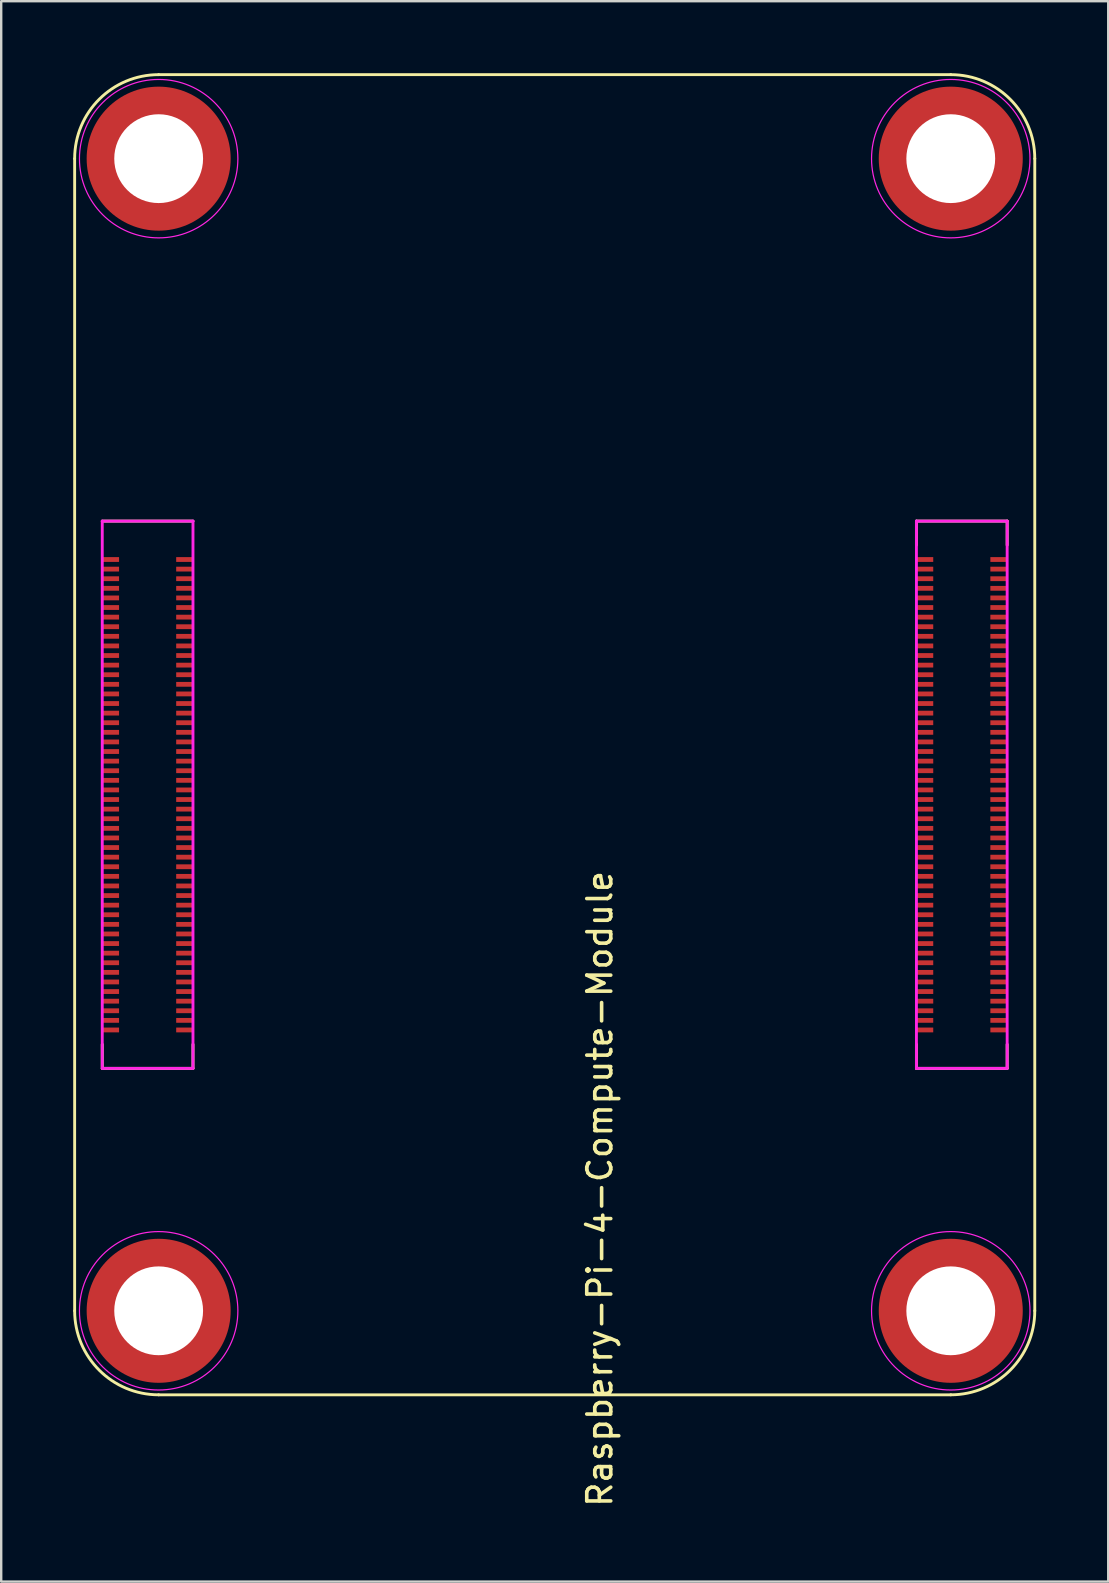
<source format=kicad_pcb>
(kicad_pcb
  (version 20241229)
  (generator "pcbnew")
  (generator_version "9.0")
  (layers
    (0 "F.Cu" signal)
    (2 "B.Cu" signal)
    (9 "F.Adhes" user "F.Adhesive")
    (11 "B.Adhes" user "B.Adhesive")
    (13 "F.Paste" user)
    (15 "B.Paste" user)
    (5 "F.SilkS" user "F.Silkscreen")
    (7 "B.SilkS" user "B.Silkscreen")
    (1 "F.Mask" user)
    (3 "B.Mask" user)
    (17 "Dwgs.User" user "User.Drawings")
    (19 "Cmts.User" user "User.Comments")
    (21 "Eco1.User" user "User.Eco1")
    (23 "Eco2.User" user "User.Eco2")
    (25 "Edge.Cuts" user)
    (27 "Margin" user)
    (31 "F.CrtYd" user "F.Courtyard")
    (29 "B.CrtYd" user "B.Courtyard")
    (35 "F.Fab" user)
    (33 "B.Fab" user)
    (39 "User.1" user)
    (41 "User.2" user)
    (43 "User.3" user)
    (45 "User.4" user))
  (footprint "Raspberry-Pi-4-Compute-Module"
    (layer "F.Cu")
    (at 3.56 51.56)
    (property "Reference" "Raspberry-Pi-4-Compute-Module" (at 18.38 -5.08 270) (layer "F.SilkS") (effects (font (size 1 1) (thickness 0.15))))
    (attr smd)
    (fp_line (start -3.5 -48) (end -3.5 0) (stroke (width 0.12) (type solid)) (layer "F.SilkS"))
    (fp_line (start -2.35 -32.9) (end 1.43 -32.9) (stroke (width 0.12) (type solid)) (layer "F.SilkS"))
    (fp_line (start -2.35 -10.1) (end -2.35 -11.1) (stroke (width 0.12) (type solid)) (layer "F.SilkS"))
    (fp_line (start -2.35 -10.1) (end 1.43 -10.1) (stroke (width 0.12) (type solid)) (layer "F.SilkS"))
    (fp_line (start 0 3.5) (end 33 3.5) (stroke (width 0.12) (type solid)) (layer "F.SilkS"))
    (fp_line (start 1.43 -10.1) (end 1.43 -11.1) (stroke (width 0.12) (type solid)) (layer "F.SilkS"))
    (fp_line (start 31.57 -32.9) (end 31.57 -31.9) (stroke (width 0.12) (type solid)) (layer "F.SilkS"))
    (fp_line (start 31.57 -32.9) (end 35.35 -32.9) (stroke (width 0.12) (type solid)) (layer "F.SilkS"))
    (fp_line (start 31.57 -10.1) (end 31.57 -11.1) (stroke (width 0.12) (type solid)) (layer "F.SilkS"))
    (fp_line (start 31.57 -10.1) (end 35.35 -10.1) (stroke (width 0.12) (type solid)) (layer "F.SilkS"))
    (fp_line (start 33 -51.5) (end 0 -51.5) (stroke (width 0.12) (type solid)) (layer "F.SilkS"))
    (fp_line (start 35.35 -32.9) (end 35.35 -31.9) (stroke (width 0.12) (type solid)) (layer "F.SilkS"))
    (fp_line (start 35.35 -10.1) (end 35.35 -11.1) (stroke (width 0.12) (type solid)) (layer "F.SilkS"))
    (fp_line (start 36.5 0) (end 36.5 -48) (stroke (width 0.12) (type solid)) (layer "F.SilkS"))
    (fp_arc (start -3.5 -48) (mid -2.474874 -50.474874) (end 0 -51.5) (stroke (width 0.12) (type solid)) (layer "F.SilkS"))
    (fp_arc (start 0 3.5) (mid -2.474874 2.474874) (end -3.5 0) (stroke (width 0.12) (type solid)) (layer "F.SilkS"))
    (fp_arc (start 33 -51.5) (mid 35.474874 -50.474874) (end 36.5 -48) (stroke (width 0.12) (type solid)) (layer "F.SilkS"))
    (fp_arc (start 36.5 0) (mid 35.474874 2.474874) (end 33 3.5) (stroke (width 0.12) (type solid)) (layer "F.SilkS"))
    (fp_line (start -2.35 -32.9) (end 1.43 -32.9) (stroke (width 0.12) (type solid)) (layer "F.CrtYd"))
    (fp_line (start -2.35 -10.1) (end -2.35 -32.9) (stroke (width 0.12) (type solid)) (layer "F.CrtYd"))
    (fp_line (start 1.43 -32.9) (end 1.43 -10.1) (stroke (width 0.12) (type solid)) (layer "F.CrtYd"))
    (fp_line (start 1.43 -10.1) (end -2.35 -10.1) (stroke (width 0.12) (type solid)) (layer "F.CrtYd"))
    (fp_line (start 31.57 -32.9) (end 35.35 -32.9) (stroke (width 0.12) (type solid)) (layer "F.CrtYd"))
    (fp_line (start 31.57 -10.1) (end 31.57 -32.9) (stroke (width 0.12) (type solid)) (layer "F.CrtYd"))
    (fp_line (start 35.35 -32.9) (end 35.35 -10.1) (stroke (width 0.12) (type solid)) (layer "F.CrtYd"))
    (fp_line (start 35.35 -10.1) (end 31.57 -10.1) (stroke (width 0.12) (type solid)) (layer "F.CrtYd"))
    (fp_circle (center 0 -48) (end 3.3 -48) (stroke (width 0.05) (type default)) (fill no) (layer "F.CrtYd"))
    (fp_circle (center 0 0) (end 3.3 0) (stroke (width 0.05) (type default)) (fill no) (layer "F.CrtYd"))
    (fp_circle (center 33 -48) (end 36.3 -48) (stroke (width 0.05) (type default)) (fill no) (layer "F.CrtYd"))
    (fp_circle (center 33 0) (end 36.3 0) (stroke (width 0.05) (type default)) (fill no) (layer "F.CrtYd"))
    (pad "" np_thru_hole circle (at 0 -48) (size 6 6) (drill 3.7) (layers "F.Cu" "F.Mask"))
    (pad "" np_thru_hole circle (at 0 0) (size 6 6) (drill 3.7) (layers "F.Cu" "F.Mask"))
    (pad "" np_thru_hole circle (at 33 -48) (size 6 6) (drill 3.7) (layers "F.Cu" "F.Mask"))
    (pad "" np_thru_hole circle (at 33 0) (size 6 6) (drill 3.7) (layers "F.Cu" "F.Mask"))
    (pad "1" smd rect (at -2 -31.3 270) (size 0.2 0.7) (layers "F.Cu" "F.Mask" "F.Paste"))
    (pad "2" smd rect (at 1.08 -31.3 270) (size 0.2 0.7) (layers "F.Cu" "F.Mask" "F.Paste"))
    (pad "3" smd rect (at -2 -30.9 270) (size 0.2 0.7) (layers "F.Cu" "F.Mask" "F.Paste"))
    (pad "4" smd rect (at 1.08 -30.9 270) (size 0.2 0.7) (layers "F.Cu" "F.Mask" "F.Paste"))
    (pad "5" smd rect (at -2 -30.5 270) (size 0.2 0.7) (layers "F.Cu" "F.Mask" "F.Paste"))
    (pad "6" smd rect (at 1.08 -30.5 270) (size 0.2 0.7) (layers "F.Cu" "F.Mask" "F.Paste"))
    (pad "7" smd rect (at -2 -30.1 270) (size 0.2 0.7) (layers "F.Cu" "F.Mask" "F.Paste"))
    (pad "8" smd rect (at 1.08 -30.1 270) (size 0.2 0.7) (layers "F.Cu" "F.Mask" "F.Paste"))
    (pad "9" smd rect (at -2 -29.7 270) (size 0.2 0.7) (layers "F.Cu" "F.Mask" "F.Paste"))
    (pad "10" smd rect (at 1.08 -29.7 270) (size 0.2 0.7) (layers "F.Cu" "F.Mask" "F.Paste"))
    (pad "11" smd rect (at -2 -29.3 270) (size 0.2 0.7) (layers "F.Cu" "F.Mask" "F.Paste"))
    (pad "12" smd rect (at 1.08 -29.3 270) (size 0.2 0.7) (layers "F.Cu" "F.Mask" "F.Paste"))
    (pad "13" smd rect (at -2 -28.9 270) (size 0.2 0.7) (layers "F.Cu" "F.Mask" "F.Paste"))
    (pad "14" smd rect (at 1.08 -28.9 270) (size 0.2 0.7) (layers "F.Cu" "F.Mask" "F.Paste"))
    (pad "15" smd rect (at -2 -28.5 270) (size 0.2 0.7) (layers "F.Cu" "F.Mask" "F.Paste"))
    (pad "16" smd rect (at 1.08 -28.5 270) (size 0.2 0.7) (layers "F.Cu" "F.Mask" "F.Paste"))
    (pad "17" smd rect (at -2 -28.1 270) (size 0.2 0.7) (layers "F.Cu" "F.Mask" "F.Paste"))
    (pad "18" smd rect (at 1.08 -28.1 270) (size 0.2 0.7) (layers "F.Cu" "F.Mask" "F.Paste"))
    (pad "19" smd rect (at -2 -27.7 270) (size 0.2 0.7) (layers "F.Cu" "F.Mask" "F.Paste"))
    (pad "20" smd rect (at 1.08 -27.7 270) (size 0.2 0.7) (layers "F.Cu" "F.Mask" "F.Paste"))
    (pad "21" smd rect (at -2 -27.3 270) (size 0.2 0.7) (layers "F.Cu" "F.Mask" "F.Paste"))
    (pad "22" smd rect (at 1.08 -27.3 270) (size 0.2 0.7) (layers "F.Cu" "F.Mask" "F.Paste"))
    (pad "23" smd rect (at -2 -26.9 270) (size 0.2 0.7) (layers "F.Cu" "F.Mask" "F.Paste"))
    (pad "24" smd rect (at 1.08 -26.9 270) (size 0.2 0.7) (layers "F.Cu" "F.Mask" "F.Paste"))
    (pad "25" smd rect (at -2 -26.5 270) (size 0.2 0.7) (layers "F.Cu" "F.Mask" "F.Paste"))
    (pad "26" smd rect (at 1.08 -26.5 270) (size 0.2 0.7) (layers "F.Cu" "F.Mask" "F.Paste"))
    (pad "27" smd rect (at -2 -26.1 270) (size 0.2 0.7) (layers "F.Cu" "F.Mask" "F.Paste"))
    (pad "28" smd rect (at 1.08 -26.1 270) (size 0.2 0.7) (layers "F.Cu" "F.Mask" "F.Paste"))
    (pad "29" smd rect (at -2 -25.7 270) (size 0.2 0.7) (layers "F.Cu" "F.Mask" "F.Paste"))
    (pad "30" smd rect (at 1.08 -25.7 270) (size 0.2 0.7) (layers "F.Cu" "F.Mask" "F.Paste"))
    (pad "31" smd rect (at -2 -25.3 270) (size 0.2 0.7) (layers "F.Cu" "F.Mask" "F.Paste"))
    (pad "32" smd rect (at 1.08 -25.3 270) (size 0.2 0.7) (layers "F.Cu" "F.Mask" "F.Paste"))
    (pad "33" smd rect (at -2 -24.9 270) (size 0.2 0.7) (layers "F.Cu" "F.Mask" "F.Paste"))
    (pad "34" smd rect (at 1.08 -24.9 270) (size 0.2 0.7) (layers "F.Cu" "F.Mask" "F.Paste"))
    (pad "35" smd rect (at -2 -24.5 270) (size 0.2 0.7) (layers "F.Cu" "F.Mask" "F.Paste"))
    (pad "36" smd rect (at 1.08 -24.5 270) (size 0.2 0.7) (layers "F.Cu" "F.Mask" "F.Paste"))
    (pad "37" smd rect (at -2 -24.1 270) (size 0.2 0.7) (layers "F.Cu" "F.Mask" "F.Paste"))
    (pad "38" smd rect (at 1.08 -24.1 270) (size 0.2 0.7) (layers "F.Cu" "F.Mask" "F.Paste"))
    (pad "39" smd rect (at -2 -23.7 270) (size 0.2 0.7) (layers "F.Cu" "F.Mask" "F.Paste"))
    (pad "40" smd rect (at 1.08 -23.7 270) (size 0.2 0.7) (layers "F.Cu" "F.Mask" "F.Paste"))
    (pad "41" smd rect (at -2 -23.3 270) (size 0.2 0.7) (layers "F.Cu" "F.Mask" "F.Paste"))
    (pad "42" smd rect (at 1.08 -23.3 270) (size 0.2 0.7) (layers "F.Cu" "F.Mask" "F.Paste"))
    (pad "43" smd rect (at -2 -22.9 270) (size 0.2 0.7) (layers "F.Cu" "F.Mask" "F.Paste"))
    (pad "44" smd rect (at 1.08 -22.9 270) (size 0.2 0.7) (layers "F.Cu" "F.Mask" "F.Paste"))
    (pad "45" smd rect (at -2 -22.5 270) (size 0.2 0.7) (layers "F.Cu" "F.Mask" "F.Paste"))
    (pad "46" smd rect (at 1.08 -22.5 270) (size 0.2 0.7) (layers "F.Cu" "F.Mask" "F.Paste"))
    (pad "47" smd rect (at -2 -22.1 270) (size 0.2 0.7) (layers "F.Cu" "F.Mask" "F.Paste"))
    (pad "48" smd rect (at 1.08 -22.1 270) (size 0.2 0.7) (layers "F.Cu" "F.Mask" "F.Paste"))
    (pad "49" smd rect (at -2 -21.7 270) (size 0.2 0.7) (layers "F.Cu" "F.Mask" "F.Paste"))
    (pad "50" smd rect (at 1.08 -21.7 270) (size 0.2 0.7) (layers "F.Cu" "F.Mask" "F.Paste"))
    (pad "51" smd rect (at -2 -21.3 270) (size 0.2 0.7) (layers "F.Cu" "F.Mask" "F.Paste"))
    (pad "52" smd rect (at 1.08 -21.3 270) (size 0.2 0.7) (layers "F.Cu" "F.Mask" "F.Paste"))
    (pad "53" smd rect (at -2 -20.9 270) (size 0.2 0.7) (layers "F.Cu" "F.Mask" "F.Paste"))
    (pad "54" smd rect (at 1.08 -20.9 270) (size 0.2 0.7) (layers "F.Cu" "F.Mask" "F.Paste"))
    (pad "55" smd rect (at -2 -20.5 270) (size 0.2 0.7) (layers "F.Cu" "F.Mask" "F.Paste"))
    (pad "56" smd rect (at 1.08 -20.5 270) (size 0.2 0.7) (layers "F.Cu" "F.Mask" "F.Paste"))
    (pad "57" smd rect (at -2 -20.1 270) (size 0.2 0.7) (layers "F.Cu" "F.Mask" "F.Paste"))
    (pad "58" smd rect (at 1.08 -20.1 270) (size 0.2 0.7) (layers "F.Cu" "F.Mask" "F.Paste"))
    (pad "59" smd rect (at -2 -19.7 270) (size 0.2 0.7) (layers "F.Cu" "F.Mask" "F.Paste"))
    (pad "60" smd rect (at 1.08 -19.7 270) (size 0.2 0.7) (layers "F.Cu" "F.Mask" "F.Paste"))
    (pad "61" smd rect (at -2 -19.3 270) (size 0.2 0.7) (layers "F.Cu" "F.Mask" "F.Paste"))
    (pad "62" smd rect (at 1.08 -19.3 270) (size 0.2 0.7) (layers "F.Cu" "F.Mask" "F.Paste"))
    (pad "63" smd rect (at -2 -18.9 270) (size 0.2 0.7) (layers "F.Cu" "F.Mask" "F.Paste"))
    (pad "64" smd rect (at 1.08 -18.9 270) (size 0.2 0.7) (layers "F.Cu" "F.Mask" "F.Paste"))
    (pad "65" smd rect (at -2 -18.5 270) (size 0.2 0.7) (layers "F.Cu" "F.Mask" "F.Paste"))
    (pad "66" smd rect (at 1.08 -18.5 270) (size 0.2 0.7) (layers "F.Cu" "F.Mask" "F.Paste"))
    (pad "67" smd rect (at -2 -18.1 270) (size 0.2 0.7) (layers "F.Cu" "F.Mask" "F.Paste"))
    (pad "68" smd rect (at 1.08 -18.1 270) (size 0.2 0.7) (layers "F.Cu" "F.Mask" "F.Paste"))
    (pad "69" smd rect (at -2 -17.7 270) (size 0.2 0.7) (layers "F.Cu" "F.Mask" "F.Paste"))
    (pad "70" smd rect (at 1.08 -17.7 270) (size 0.2 0.7) (layers "F.Cu" "F.Mask" "F.Paste"))
    (pad "71" smd rect (at -2 -17.3 270) (size 0.2 0.7) (layers "F.Cu" "F.Mask" "F.Paste"))
    (pad "72" smd rect (at 1.08 -17.3 270) (size 0.2 0.7) (layers "F.Cu" "F.Mask" "F.Paste"))
    (pad "73" smd rect (at -2 -16.9 270) (size 0.2 0.7) (layers "F.Cu" "F.Mask" "F.Paste"))
    (pad "74" smd rect (at 1.08 -16.9 270) (size 0.2 0.7) (layers "F.Cu" "F.Mask" "F.Paste"))
    (pad "75" smd rect (at -2 -16.5 270) (size 0.2 0.7) (layers "F.Cu" "F.Mask" "F.Paste"))
    (pad "76" smd rect (at 1.08 -16.5 270) (size 0.2 0.7) (layers "F.Cu" "F.Mask" "F.Paste"))
    (pad "77" smd rect (at -2 -16.1 270) (size 0.2 0.7) (layers "F.Cu" "F.Mask" "F.Paste"))
    (pad "78" smd rect (at 1.08 -16.1 270) (size 0.2 0.7) (layers "F.Cu" "F.Mask" "F.Paste"))
    (pad "79" smd rect (at -2 -15.7 270) (size 0.2 0.7) (layers "F.Cu" "F.Mask" "F.Paste"))
    (pad "80" smd rect (at 1.08 -15.7 270) (size 0.2 0.7) (layers "F.Cu" "F.Mask" "F.Paste"))
    (pad "81" smd rect (at -2 -15.3 270) (size 0.2 0.7) (layers "F.Cu" "F.Mask" "F.Paste"))
    (pad "82" smd rect (at 1.08 -15.3 270) (size 0.2 0.7) (layers "F.Cu" "F.Mask" "F.Paste"))
    (pad "83" smd rect (at -2 -14.9 270) (size 0.2 0.7) (layers "F.Cu" "F.Mask" "F.Paste"))
    (pad "84" smd rect (at 1.08 -14.9 270) (size 0.2 0.7) (layers "F.Cu" "F.Mask" "F.Paste"))
    (pad "85" smd rect (at -2 -14.5 270) (size 0.2 0.7) (layers "F.Cu" "F.Mask" "F.Paste"))
    (pad "86" smd rect (at 1.08 -14.5 270) (size 0.2 0.7) (layers "F.Cu" "F.Mask" "F.Paste"))
    (pad "87" smd rect (at -2 -14.1 270) (size 0.2 0.7) (layers "F.Cu" "F.Mask" "F.Paste"))
    (pad "88" smd rect (at 1.08 -14.1 270) (size 0.2 0.7) (layers "F.Cu" "F.Mask" "F.Paste"))
    (pad "89" smd rect (at -2 -13.7 270) (size 0.2 0.7) (layers "F.Cu" "F.Mask" "F.Paste"))
    (pad "90" smd rect (at 1.08 -13.7 270) (size 0.2 0.7) (layers "F.Cu" "F.Mask" "F.Paste"))
    (pad "91" smd rect (at -2 -13.3 270) (size 0.2 0.7) (layers "F.Cu" "F.Mask" "F.Paste"))
    (pad "92" smd rect (at 1.08 -13.3 270) (size 0.2 0.7) (layers "F.Cu" "F.Mask" "F.Paste"))
    (pad "93" smd rect (at -2 -12.9 270) (size 0.2 0.7) (layers "F.Cu" "F.Mask" "F.Paste"))
    (pad "94" smd rect (at 1.08 -12.9 270) (size 0.2 0.7) (layers "F.Cu" "F.Mask" "F.Paste"))
    (pad "95" smd rect (at -2 -12.5 270) (size 0.2 0.7) (layers "F.Cu" "F.Mask" "F.Paste"))
    (pad "96" smd rect (at 1.08 -12.5 270) (size 0.2 0.7) (layers "F.Cu" "F.Mask" "F.Paste"))
    (pad "97" smd rect (at -2 -12.1 270) (size 0.2 0.7) (layers "F.Cu" "F.Mask" "F.Paste"))
    (pad "98" smd rect (at 1.08 -12.1 270) (size 0.2 0.7) (layers "F.Cu" "F.Mask" "F.Paste"))
    (pad "99" smd rect (at -2 -11.7 270) (size 0.2 0.7) (layers "F.Cu" "F.Mask" "F.Paste"))
    (pad "100" smd rect (at 1.08 -11.7 270) (size 0.2 0.7) (layers "F.Cu" "F.Mask" "F.Paste"))
    (pad "101" smd rect (at 31.92 -31.3 270) (size 0.2 0.7) (layers "F.Cu" "F.Mask" "F.Paste"))
    (pad "102" smd rect (at 35 -31.3 270) (size 0.2 0.7) (layers "F.Cu" "F.Mask" "F.Paste"))
    (pad "103" smd rect (at 31.92 -30.9 270) (size 0.2 0.7) (layers "F.Cu" "F.Mask" "F.Paste"))
    (pad "104" smd rect (at 35 -30.9 270) (size 0.2 0.7) (layers "F.Cu" "F.Mask" "F.Paste"))
    (pad "105" smd rect (at 31.92 -30.5 270) (size 0.2 0.7) (layers "F.Cu" "F.Mask" "F.Paste"))
    (pad "106" smd rect (at 35 -30.5 270) (size 0.2 0.7) (layers "F.Cu" "F.Mask" "F.Paste"))
    (pad "107" smd rect (at 31.92 -30.1 270) (size 0.2 0.7) (layers "F.Cu" "F.Mask" "F.Paste"))
    (pad "108" smd rect (at 35 -30.1 270) (size 0.2 0.7) (layers "F.Cu" "F.Mask" "F.Paste"))
    (pad "109" smd rect (at 31.92 -29.7 270) (size 0.2 0.7) (layers "F.Cu" "F.Mask" "F.Paste"))
    (pad "110" smd rect (at 35 -29.7 270) (size 0.2 0.7) (layers "F.Cu" "F.Mask" "F.Paste"))
    (pad "111" smd rect (at 31.92 -29.3 270) (size 0.2 0.7) (layers "F.Cu" "F.Mask" "F.Paste"))
    (pad "112" smd rect (at 35 -29.3 270) (size 0.2 0.7) (layers "F.Cu" "F.Mask" "F.Paste"))
    (pad "113" smd rect (at 31.92 -28.9 270) (size 0.2 0.7) (layers "F.Cu" "F.Mask" "F.Paste"))
    (pad "114" smd rect (at 35 -28.9 270) (size 0.2 0.7) (layers "F.Cu" "F.Mask" "F.Paste"))
    (pad "115" smd rect (at 31.92 -28.5 270) (size 0.2 0.7) (layers "F.Cu" "F.Mask" "F.Paste"))
    (pad "116" smd rect (at 35 -28.5 270) (size 0.2 0.7) (layers "F.Cu" "F.Mask" "F.Paste"))
    (pad "117" smd rect (at 31.92 -28.1 270) (size 0.2 0.7) (layers "F.Cu" "F.Mask" "F.Paste"))
    (pad "118" smd rect (at 35 -28.1 270) (size 0.2 0.7) (layers "F.Cu" "F.Mask" "F.Paste"))
    (pad "119" smd rect (at 31.92 -27.7 270) (size 0.2 0.7) (layers "F.Cu" "F.Mask" "F.Paste"))
    (pad "120" smd rect (at 35 -27.7 270) (size 0.2 0.7) (layers "F.Cu" "F.Mask" "F.Paste"))
    (pad "121" smd rect (at 31.92 -27.3 270) (size 0.2 0.7) (layers "F.Cu" "F.Mask" "F.Paste"))
    (pad "122" smd rect (at 35 -27.3 270) (size 0.2 0.7) (layers "F.Cu" "F.Mask" "F.Paste"))
    (pad "123" smd rect (at 31.92 -26.9 270) (size 0.2 0.7) (layers "F.Cu" "F.Mask" "F.Paste"))
    (pad "124" smd rect (at 35 -26.9 270) (size 0.2 0.7) (layers "F.Cu" "F.Mask" "F.Paste"))
    (pad "125" smd rect (at 31.92 -26.5 270) (size 0.2 0.7) (layers "F.Cu" "F.Mask" "F.Paste"))
    (pad "126" smd rect (at 35 -26.5 270) (size 0.2 0.7) (layers "F.Cu" "F.Mask" "F.Paste"))
    (pad "127" smd rect (at 31.92 -26.1 270) (size 0.2 0.7) (layers "F.Cu" "F.Mask" "F.Paste"))
    (pad "128" smd rect (at 35 -26.1 270) (size 0.2 0.7) (layers "F.Cu" "F.Mask" "F.Paste"))
    (pad "129" smd rect (at 31.92 -25.7 270) (size 0.2 0.7) (layers "F.Cu" "F.Mask" "F.Paste"))
    (pad "130" smd rect (at 35 -25.7 270) (size 0.2 0.7) (layers "F.Cu" "F.Mask" "F.Paste"))
    (pad "131" smd rect (at 31.92 -25.3 270) (size 0.2 0.7) (layers "F.Cu" "F.Mask" "F.Paste"))
    (pad "132" smd rect (at 35 -25.3 270) (size 0.2 0.7) (layers "F.Cu" "F.Mask" "F.Paste"))
    (pad "133" smd rect (at 31.92 -24.9 270) (size 0.2 0.7) (layers "F.Cu" "F.Mask" "F.Paste"))
    (pad "134" smd rect (at 35 -24.9 270) (size 0.2 0.7) (layers "F.Cu" "F.Mask" "F.Paste"))
    (pad "135" smd rect (at 31.92 -24.5 270) (size 0.2 0.7) (layers "F.Cu" "F.Mask" "F.Paste"))
    (pad "136" smd rect (at 35 -24.5 270) (size 0.2 0.7) (layers "F.Cu" "F.Mask" "F.Paste"))
    (pad "137" smd rect (at 31.92 -24.1 270) (size 0.2 0.7) (layers "F.Cu" "F.Mask" "F.Paste"))
    (pad "138" smd rect (at 35 -24.1 270) (size 0.2 0.7) (layers "F.Cu" "F.Mask" "F.Paste"))
    (pad "139" smd rect (at 31.92 -23.7 270) (size 0.2 0.7) (layers "F.Cu" "F.Mask" "F.Paste"))
    (pad "140" smd rect (at 35 -23.7 270) (size 0.2 0.7) (layers "F.Cu" "F.Mask" "F.Paste"))
    (pad "141" smd rect (at 31.92 -23.3 270) (size 0.2 0.7) (layers "F.Cu" "F.Mask" "F.Paste"))
    (pad "142" smd rect (at 35 -23.3 270) (size 0.2 0.7) (layers "F.Cu" "F.Mask" "F.Paste"))
    (pad "143" smd rect (at 31.92 -22.9 270) (size 0.2 0.7) (layers "F.Cu" "F.Mask" "F.Paste"))
    (pad "144" smd rect (at 35 -22.9 270) (size 0.2 0.7) (layers "F.Cu" "F.Mask" "F.Paste"))
    (pad "145" smd rect (at 31.92 -22.5 270) (size 0.2 0.7) (layers "F.Cu" "F.Mask" "F.Paste"))
    (pad "146" smd rect (at 35 -22.5 270) (size 0.2 0.7) (layers "F.Cu" "F.Mask" "F.Paste"))
    (pad "147" smd rect (at 31.92 -22.1 270) (size 0.2 0.7) (layers "F.Cu" "F.Mask" "F.Paste"))
    (pad "148" smd rect (at 35 -22.1 270) (size 0.2 0.7) (layers "F.Cu" "F.Mask" "F.Paste"))
    (pad "149" smd rect (at 31.92 -21.7 270) (size 0.2 0.7) (layers "F.Cu" "F.Mask" "F.Paste"))
    (pad "150" smd rect (at 35 -21.7 270) (size 0.2 0.7) (layers "F.Cu" "F.Mask" "F.Paste"))
    (pad "151" smd rect (at 31.92 -21.3 270) (size 0.2 0.7) (layers "F.Cu" "F.Mask" "F.Paste"))
    (pad "152" smd rect (at 35 -21.3 270) (size 0.2 0.7) (layers "F.Cu" "F.Mask" "F.Paste"))
    (pad "153" smd rect (at 31.92 -20.9 270) (size 0.2 0.7) (layers "F.Cu" "F.Mask" "F.Paste"))
    (pad "154" smd rect (at 35 -20.9 270) (size 0.2 0.7) (layers "F.Cu" "F.Mask" "F.Paste"))
    (pad "155" smd rect (at 31.92 -20.5 270) (size 0.2 0.7) (layers "F.Cu" "F.Mask" "F.Paste"))
    (pad "156" smd rect (at 35 -20.5 270) (size 0.2 0.7) (layers "F.Cu" "F.Mask" "F.Paste"))
    (pad "157" smd rect (at 31.92 -20.1 270) (size 0.2 0.7) (layers "F.Cu" "F.Mask" "F.Paste"))
    (pad "158" smd rect (at 35 -20.1 270) (size 0.2 0.7) (layers "F.Cu" "F.Mask" "F.Paste"))
    (pad "159" smd rect (at 31.92 -19.7 270) (size 0.2 0.7) (layers "F.Cu" "F.Mask" "F.Paste"))
    (pad "160" smd rect (at 35 -19.7 270) (size 0.2 0.7) (layers "F.Cu" "F.Mask" "F.Paste"))
    (pad "161" smd rect (at 31.92 -19.3 270) (size 0.2 0.7) (layers "F.Cu" "F.Mask" "F.Paste"))
    (pad "162" smd rect (at 35 -19.3 270) (size 0.2 0.7) (layers "F.Cu" "F.Mask" "F.Paste"))
    (pad "163" smd rect (at 31.92 -18.9 270) (size 0.2 0.7) (layers "F.Cu" "F.Mask" "F.Paste"))
    (pad "164" smd rect (at 35 -18.9 270) (size 0.2 0.7) (layers "F.Cu" "F.Mask" "F.Paste"))
    (pad "165" smd rect (at 31.92 -18.5 270) (size 0.2 0.7) (layers "F.Cu" "F.Mask" "F.Paste"))
    (pad "166" smd rect (at 35 -18.5 270) (size 0.2 0.7) (layers "F.Cu" "F.Mask" "F.Paste"))
    (pad "167" smd rect (at 31.92 -18.1 270) (size 0.2 0.7) (layers "F.Cu" "F.Mask" "F.Paste"))
    (pad "168" smd rect (at 35 -18.1 270) (size 0.2 0.7) (layers "F.Cu" "F.Mask" "F.Paste"))
    (pad "169" smd rect (at 31.92 -17.7 270) (size 0.2 0.7) (layers "F.Cu" "F.Mask" "F.Paste"))
    (pad "170" smd rect (at 35 -17.7 270) (size 0.2 0.7) (layers "F.Cu" "F.Mask" "F.Paste"))
    (pad "171" smd rect (at 31.92 -17.3 270) (size 0.2 0.7) (layers "F.Cu" "F.Mask" "F.Paste"))
    (pad "172" smd rect (at 35 -17.3 270) (size 0.2 0.7) (layers "F.Cu" "F.Mask" "F.Paste"))
    (pad "173" smd rect (at 31.92 -16.9 270) (size 0.2 0.7) (layers "F.Cu" "F.Mask" "F.Paste"))
    (pad "174" smd rect (at 35 -16.9 270) (size 0.2 0.7) (layers "F.Cu" "F.Mask" "F.Paste"))
    (pad "175" smd rect (at 31.92 -16.5 270) (size 0.2 0.7) (layers "F.Cu" "F.Mask" "F.Paste"))
    (pad "176" smd rect (at 35 -16.5 270) (size 0.2 0.7) (layers "F.Cu" "F.Mask" "F.Paste"))
    (pad "177" smd rect (at 31.92 -16.1 270) (size 0.2 0.7) (layers "F.Cu" "F.Mask" "F.Paste"))
    (pad "178" smd rect (at 35 -16.1 270) (size 0.2 0.7) (layers "F.Cu" "F.Mask" "F.Paste"))
    (pad "179" smd rect (at 31.92 -15.7 270) (size 0.2 0.7) (layers "F.Cu" "F.Mask" "F.Paste"))
    (pad "180" smd rect (at 35 -15.7 270) (size 0.2 0.7) (layers "F.Cu" "F.Mask" "F.Paste"))
    (pad "181" smd rect (at 31.92 -15.3 270) (size 0.2 0.7) (layers "F.Cu" "F.Mask" "F.Paste"))
    (pad "182" smd rect (at 35 -15.3 270) (size 0.2 0.7) (layers "F.Cu" "F.Mask" "F.Paste"))
    (pad "183" smd rect (at 31.92 -14.9 270) (size 0.2 0.7) (layers "F.Cu" "F.Mask" "F.Paste"))
    (pad "184" smd rect (at 35 -14.9 270) (size 0.2 0.7) (layers "F.Cu" "F.Mask" "F.Paste"))
    (pad "185" smd rect (at 31.92 -14.5 270) (size 0.2 0.7) (layers "F.Cu" "F.Mask" "F.Paste"))
    (pad "186" smd rect (at 35 -14.5 270) (size 0.2 0.7) (layers "F.Cu" "F.Mask" "F.Paste"))
    (pad "187" smd rect (at 31.92 -14.1 270) (size 0.2 0.7) (layers "F.Cu" "F.Mask" "F.Paste"))
    (pad "188" smd rect (at 35 -14.1 270) (size 0.2 0.7) (layers "F.Cu" "F.Mask" "F.Paste"))
    (pad "189" smd rect (at 31.92 -13.7 270) (size 0.2 0.7) (layers "F.Cu" "F.Mask" "F.Paste"))
    (pad "190" smd rect (at 35 -13.7 270) (size 0.2 0.7) (layers "F.Cu" "F.Mask" "F.Paste"))
    (pad "191" smd rect (at 31.92 -13.3 270) (size 0.2 0.7) (layers "F.Cu" "F.Mask" "F.Paste"))
    (pad "192" smd rect (at 35 -13.3 270) (size 0.2 0.7) (layers "F.Cu" "F.Mask" "F.Paste"))
    (pad "193" smd rect (at 31.92 -12.9 270) (size 0.2 0.7) (layers "F.Cu" "F.Mask" "F.Paste"))
    (pad "194" smd rect (at 35 -12.9 270) (size 0.2 0.7) (layers "F.Cu" "F.Mask" "F.Paste"))
    (pad "195" smd rect (at 31.92 -12.5 270) (size 0.2 0.7) (layers "F.Cu" "F.Mask" "F.Paste"))
    (pad "196" smd rect (at 35 -12.5 270) (size 0.2 0.7) (layers "F.Cu" "F.Mask" "F.Paste"))
    (pad "197" smd rect (at 31.92 -12.1 270) (size 0.2 0.7) (layers "F.Cu" "F.Mask" "F.Paste"))
    (pad "198" smd rect (at 35 -12.1 270) (size 0.2 0.7) (layers "F.Cu" "F.Mask" "F.Paste"))
    (pad "199" smd rect (at 31.92 -11.7 270) (size 0.2 0.7) (layers "F.Cu" "F.Mask" "F.Paste"))
    (pad "200" smd rect (at 35 -11.7 270) (size 0.2 0.7) (layers "F.Cu" "F.Mask" "F.Paste")))
  (gr_rect
    (start -3 -3)
    (end 43.12 62.843)
    (stroke (width 0.1) (type default))
    (fill no)
    (layer "Edge.Cuts")))
</source>
